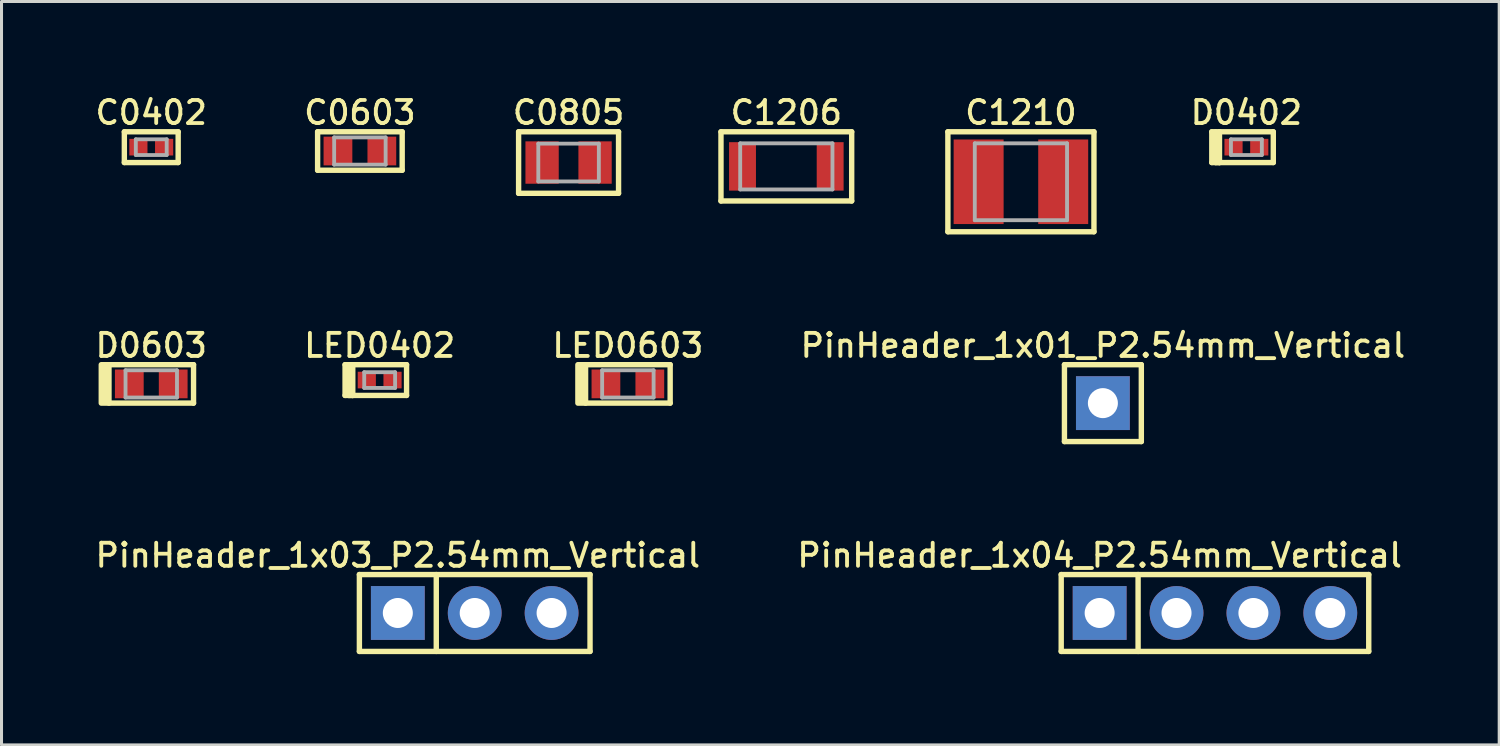
<source format=kicad_pcb>
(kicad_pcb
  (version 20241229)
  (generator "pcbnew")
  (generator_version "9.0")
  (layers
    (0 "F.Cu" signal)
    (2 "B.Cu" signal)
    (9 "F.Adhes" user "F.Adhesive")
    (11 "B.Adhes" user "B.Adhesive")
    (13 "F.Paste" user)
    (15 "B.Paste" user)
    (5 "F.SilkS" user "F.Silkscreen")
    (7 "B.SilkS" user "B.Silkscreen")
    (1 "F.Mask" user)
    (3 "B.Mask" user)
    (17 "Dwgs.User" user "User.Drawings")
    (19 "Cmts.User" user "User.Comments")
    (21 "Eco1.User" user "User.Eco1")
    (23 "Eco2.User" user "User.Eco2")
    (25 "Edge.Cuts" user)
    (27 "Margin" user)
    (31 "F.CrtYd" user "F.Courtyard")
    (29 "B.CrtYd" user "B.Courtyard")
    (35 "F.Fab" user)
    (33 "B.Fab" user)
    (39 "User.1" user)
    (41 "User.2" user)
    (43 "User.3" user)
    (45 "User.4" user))
  (footprint "C0805"
    (layer "F.Cu")
    (at 15.734 2.32)
    (property "Reference" "C0805" (at 0 -1.651 0) (layer "F.SilkS") (effects (font (size 0.762 0.762) (thickness 0.127))))
    (attr smd)
    (fp_line (start -1.651 -1.016) (end 1.651 -1.016) (stroke (width 0.178) (type solid)) (layer "F.SilkS"))
    (fp_line (start -1.651 1.016) (end -1.651 -1.016) (stroke (width 0.178) (type solid)) (layer "F.SilkS"))
    (fp_line (start 1.651 -1.016) (end 1.651 1.016) (stroke (width 0.178) (type solid)) (layer "F.SilkS"))
    (fp_line (start 1.651 1.016) (end -1.651 1.016) (stroke (width 0.178) (type solid)) (layer "F.SilkS"))
    (fp_line (start -1 -0.625) (end -1 0.625) (stroke (width 0.127) (type solid)) (layer "F.Fab"))
    (fp_line (start -1 -0.625) (end 1 -0.625) (stroke (width 0.127) (type solid)) (layer "F.Fab"))
    (fp_line (start -1 0.625) (end 1 0.625) (stroke (width 0.127) (type solid)) (layer "F.Fab"))
    (fp_line (start 1 -0.625) (end 1 0.625) (stroke (width 0.127) (type solid)) (layer "F.Fab"))
    (pad "1" smd rect (at -0.875 0) (size 1.1 1.4) (layers "F.Cu" "F.Mask" "F.Paste"))
    (pad "2" smd rect (at 0.875 0) (size 1.1 1.4) (layers "F.Cu" "F.Mask" "F.Paste")))
  (footprint "C1206"
    (layer "F.Cu")
    (at 22.928 2.447)
    (property "Reference" "C1206" (at 0 -1.778 0) (layer "F.SilkS") (effects (font (size 0.762 0.762) (thickness 0.127))))
    (attr smd)
    (fp_line (start -2.159 -1.143) (end 2.159 -1.143) (stroke (width 0.178) (type solid)) (layer "F.SilkS"))
    (fp_line (start -2.159 1.143) (end -2.159 -1.143) (stroke (width 0.178) (type solid)) (layer "F.SilkS"))
    (fp_line (start 2.159 -1.143) (end 2.159 1.143) (stroke (width 0.178) (type solid)) (layer "F.SilkS"))
    (fp_line (start 2.159 1.143) (end -2.159 1.143) (stroke (width 0.178) (type solid)) (layer "F.SilkS"))
    (fp_line (start -1.524 -0.762) (end -1.524 0.762) (stroke (width 0.127) (type solid)) (layer "F.Fab"))
    (fp_line (start -1.524 -0.762) (end 1.524 -0.762) (stroke (width 0.127) (type solid)) (layer "F.Fab"))
    (fp_line (start 1.524 0.762) (end -1.524 0.762) (stroke (width 0.127) (type solid)) (layer "F.Fab"))
    (fp_line (start 1.524 0.762) (end 1.524 -0.762) (stroke (width 0.127) (type solid)) (layer "F.Fab"))
    (pad "1" smd rect (at -1.448 0) (size 0.889 1.6) (layers "F.Cu" "F.Mask" "F.Paste"))
    (pad "2" smd rect (at 1.448 0 180) (size 0.889 1.6) (layers "F.Cu" "F.Mask" "F.Paste")))
  (footprint "D0603"
    (layer "F.Cu")
    (at 1.947 9.633)
    (property "Reference" "D0603" (at 0 -1.27 0) (layer "F.SilkS") (effects (font (size 0.762 0.762) (thickness 0.127))))
    (attr smd)
    (fp_line (start -1.397 -0.635) (end 1.397 -0.635) (stroke (width 0.178) (type solid)) (layer "F.SilkS"))
    (fp_line (start 1.397 -0.635) (end 1.397 0.635) (stroke (width 0.178) (type solid)) (layer "F.SilkS"))
    (fp_line (start 1.397 0.635) (end -1.397 0.635) (stroke (width 0.178) (type solid)) (layer "F.SilkS"))
    (fp_poly (pts (xy -1.397 0.635) (xy -1.397 -0.635) (xy -1.651 -0.635) (xy -1.651 0.635)) (stroke (width 0.178) (type solid)) (fill yes) (layer "F.SilkS"))
    (fp_line (start -0.85 -0.45) (end -0.85 0.45) (stroke (width 0.127) (type solid)) (layer "F.Fab"))
    (fp_line (start -0.85 -0.45) (end 0.85 -0.45) (stroke (width 0.127) (type solid)) (layer "F.Fab"))
    (fp_line (start -0.85 0.45) (end 0.85 0.45) (stroke (width 0.127) (type solid)) (layer "F.Fab"))
    (fp_line (start 0.85 -0.45) (end 0.85 0.45) (stroke (width 0.127) (type solid)) (layer "F.Fab"))
    (pad "A" smd rect (at 0.725 0) (size 0.95 0.95) (layers "F.Cu" "F.Mask" "F.Paste"))
    (pad "K" smd rect (at -0.725 0) (size 0.95 0.95) (layers "F.Cu" "F.Mask" "F.Paste")))
  (footprint "PinHeader_1x01_P2.54mm_Vertical"
    (layer "F.Cu")
    (at 33.386 10.268)
    (property "Reference" "PinHeader_1x01_P2.54mm_Vertical" (at 0 -1.905 0) (layer "F.SilkS") (effects (font (size 0.762 0.762) (thickness 0.127))))
    (attr through_hole)
    (fp_line (start -1.27 -1.27) (end 1.27 -1.27) (stroke (width 0.178) (type solid)) (layer "F.SilkS"))
    (fp_line (start -1.27 1.27) (end -1.27 -1.27) (stroke (width 0.178) (type solid)) (layer "F.SilkS"))
    (fp_line (start 1.27 -1.27) (end 1.27 1.27) (stroke (width 0.178) (type solid)) (layer "F.SilkS"))
    (fp_line (start 1.27 1.27) (end -1.27 1.27) (stroke (width 0.178) (type solid)) (layer "F.SilkS"))
    (pad "1" thru_hole rect (at 0 0) (size 1.778 1.778) (drill 0.991) (layers "*.Cu" "*.Mask")))
  (footprint "C1210"
    (layer "F.Cu")
    (at 30.678 2.955)
    (property "Reference" "C1210" (at 0 -2.286 0) (layer "F.SilkS") (effects (font (size 0.762 0.762) (thickness 0.127))))
    (attr smd)
    (fp_line (start -2.413 -1.651) (end 2.413 -1.651) (stroke (width 0.178) (type solid)) (layer "F.SilkS"))
    (fp_line (start -2.413 1.651) (end -2.413 -1.651) (stroke (width 0.178) (type solid)) (layer "F.SilkS"))
    (fp_line (start 2.413 -1.651) (end 2.413 1.651) (stroke (width 0.178) (type solid)) (layer "F.SilkS"))
    (fp_line (start 2.413 1.651) (end -2.413 1.651) (stroke (width 0.178) (type solid)) (layer "F.SilkS"))
    (fp_line (start -1.524 -1.27) (end -1.524 1.27) (stroke (width 0.127) (type solid)) (layer "F.Fab"))
    (fp_line (start -1.524 -1.27) (end 1.524 -1.27) (stroke (width 0.127) (type solid)) (layer "F.Fab"))
    (fp_line (start 1.524 1.27) (end -1.524 1.27) (stroke (width 0.127) (type solid)) (layer "F.Fab"))
    (fp_line (start 1.524 1.27) (end 1.524 -1.27) (stroke (width 0.127) (type solid)) (layer "F.Fab"))
    (pad "1" smd rect (at -1.397 0) (size 1.651 2.794) (layers "F.Cu" "F.Mask" "F.Paste"))
    (pad "2" smd rect (at 1.397 0 180) (size 1.651 2.794) (layers "F.Cu" "F.Mask" "F.Paste")))
  (footprint "PinHeader_1x04_P2.54mm_Vertical"
    (layer "F.Cu")
    (at 33.279 17.201)
    (property "Reference" "PinHeader_1x04_P2.54mm_Vertical" (at 0 -1.905 0) (layer "F.SilkS") (effects (font (size 0.762 0.762) (thickness 0.127))))
    (attr through_hole)
    (fp_line (start -1.27 -1.27) (end 8.89 -1.27) (stroke (width 0.178) (type solid)) (layer "F.SilkS"))
    (fp_line (start -1.27 1.27) (end -1.27 -1.27) (stroke (width 0.178) (type solid)) (layer "F.SilkS"))
    (fp_line (start 1.27 -1.27) (end 1.27 1.27) (stroke (width 0.178) (type solid)) (layer "F.SilkS"))
    (fp_line (start 8.89 -1.27) (end 8.89 1.27) (stroke (width 0.178) (type solid)) (layer "F.SilkS"))
    (fp_line (start 8.89 1.27) (end -1.27 1.27) (stroke (width 0.178) (type solid)) (layer "F.SilkS"))
    (pad "1" thru_hole rect (at 0 0) (size 1.778 1.778) (drill 0.991) (layers "*.Cu" "*.Mask"))
    (pad "2" thru_hole circle (at 2.54 0) (size 1.778 1.778) (drill 0.991) (layers "*.Cu" "*.Mask"))
    (pad "3" thru_hole circle (at 5.08 0) (size 1.778 1.778) (drill 0.991) (layers "*.Cu" "*.Mask"))
    (pad "4" thru_hole circle (at 7.62 0) (size 1.778 1.778) (drill 0.991) (layers "*.Cu" "*.Mask")))
  (footprint "LED0603"
    (layer "F.Cu")
    (at 17.693 9.633)
    (property "Reference" "LED0603" (at 0 -1.27 0) (layer "F.SilkS") (effects (font (size 0.762 0.762) (thickness 0.127))))
    (attr smd)
    (fp_line (start -1.397 -0.635) (end 1.397 -0.635) (stroke (width 0.178) (type solid)) (layer "F.SilkS"))
    (fp_line (start 1.397 -0.635) (end 1.397 0.635) (stroke (width 0.178) (type solid)) (layer "F.SilkS"))
    (fp_line (start 1.397 0.635) (end -1.397 0.635) (stroke (width 0.178) (type solid)) (layer "F.SilkS"))
    (fp_poly (pts (xy -1.397 0.635) (xy -1.397 -0.635) (xy -1.651 -0.635) (xy -1.651 0.635)) (stroke (width 0.178) (type solid)) (fill yes) (layer "F.SilkS"))
    (fp_line (start -0.85 -0.45) (end -0.85 0.45) (stroke (width 0.127) (type solid)) (layer "F.Fab"))
    (fp_line (start -0.85 -0.45) (end 0.85 -0.45) (stroke (width 0.127) (type solid)) (layer "F.Fab"))
    (fp_line (start -0.85 0.45) (end 0.85 0.45) (stroke (width 0.127) (type solid)) (layer "F.Fab"))
    (fp_line (start 0.85 -0.45) (end 0.85 0.45) (stroke (width 0.127) (type solid)) (layer "F.Fab"))
    (pad "A" smd rect (at 0.725 0) (size 0.95 0.95) (layers "F.Cu" "F.Mask" "F.Paste"))
    (pad "K" smd rect (at -0.725 0) (size 0.95 0.95) (layers "F.Cu" "F.Mask" "F.Paste")))
  (footprint "C0603"
    (layer "F.Cu")
    (at 8.84 1.939)
    (property "Reference" "C0603" (at 0 -1.27 0) (layer "F.SilkS") (effects (font (size 0.762 0.762) (thickness 0.127))))
    (attr smd)
    (fp_line (start -1.397 -0.635) (end 1.397 -0.635) (stroke (width 0.178) (type solid)) (layer "F.SilkS"))
    (fp_line (start -1.397 0.635) (end -1.397 -0.635) (stroke (width 0.178) (type solid)) (layer "F.SilkS"))
    (fp_line (start 1.397 -0.635) (end 1.397 0.635) (stroke (width 0.178) (type solid)) (layer "F.SilkS"))
    (fp_line (start 1.397 0.635) (end -1.397 0.635) (stroke (width 0.178) (type solid)) (layer "F.SilkS"))
    (fp_line (start -0.85 -0.45) (end -0.85 0.45) (stroke (width 0.127) (type solid)) (layer "F.Fab"))
    (fp_line (start -0.85 -0.45) (end 0.85 -0.45) (stroke (width 0.127) (type solid)) (layer "F.Fab"))
    (fp_line (start -0.85 0.45) (end 0.85 0.45) (stroke (width 0.127) (type solid)) (layer "F.Fab"))
    (fp_line (start 0.85 -0.45) (end 0.85 0.45) (stroke (width 0.127) (type solid)) (layer "F.Fab"))
    (pad "1" smd rect (at -0.725 0) (size 0.95 0.95) (layers "F.Cu" "F.Mask" "F.Paste"))
    (pad "2" smd rect (at 0.725 0) (size 0.95 0.95) (layers "F.Cu" "F.Mask" "F.Paste")))
  (footprint "C0402"
    (layer "F.Cu")
    (at 1.947 1.812)
    (property "Reference" "C0402" (at 0 -1.143 0) (layer "F.SilkS") (effects (font (size 0.762 0.762) (thickness 0.127))))
    (attr smd)
    (fp_line (start -0.889 -0.508) (end 0.889 -0.508) (stroke (width 0.178) (type solid)) (layer "F.SilkS"))
    (fp_line (start -0.889 0.508) (end -0.889 -0.508) (stroke (width 0.178) (type solid)) (layer "F.SilkS"))
    (fp_line (start 0.889 -0.508) (end 0.889 0.508) (stroke (width 0.178) (type solid)) (layer "F.SilkS"))
    (fp_line (start 0.889 0.508) (end -0.889 0.508) (stroke (width 0.178) (type solid)) (layer "F.SilkS"))
    (fp_line (start -0.51 -0.26) (end -0.51 0.26) (stroke (width 0.127) (type solid)) (layer "F.Fab"))
    (fp_line (start -0.51 -0.26) (end 0.51 -0.26) (stroke (width 0.127) (type solid)) (layer "F.Fab"))
    (fp_line (start -0.51 0.26) (end 0.51 0.26) (stroke (width 0.127) (type solid)) (layer "F.Fab"))
    (fp_line (start 0.51 -0.26) (end 0.51 0.26) (stroke (width 0.127) (type solid)) (layer "F.Fab"))
    (pad "1" smd rect (at -0.425 0) (size 0.6 0.55) (layers "F.Cu" "F.Mask" "F.Paste"))
    (pad "2" smd rect (at 0.425 0) (size 0.6 0.55) (layers "F.Cu" "F.Mask" "F.Paste")))
  (footprint "LED0402"
    (layer "F.Cu")
    (at 9.493 9.506)
    (property "Reference" "LED0402" (at 0 -1.143 0) (layer "F.SilkS") (effects (font (size 0.762 0.762) (thickness 0.127))))
    (attr smd)
    (fp_line (start -1.143 -0.508) (end -1.143 0.508) (stroke (width 0.178) (type solid)) (layer "F.SilkS"))
    (fp_line (start -1.143 0.508) (end -0.889 0.508) (stroke (width 0.178) (type solid)) (layer "F.SilkS"))
    (fp_line (start -1.016 0.508) (end -1.016 -0.508) (stroke (width 0.178) (type solid)) (layer "F.SilkS"))
    (fp_line (start -0.889 -0.508) (end -1.143 -0.508) (stroke (width 0.178) (type solid)) (layer "F.SilkS"))
    (fp_line (start -0.889 -0.508) (end 0.889 -0.508) (stroke (width 0.178) (type solid)) (layer "F.SilkS"))
    (fp_line (start -0.889 0.508) (end -1.016 0.508) (stroke (width 0.178) (type solid)) (layer "F.SilkS"))
    (fp_line (start -0.889 0.508) (end -0.889 -0.508) (stroke (width 0.178) (type solid)) (layer "F.SilkS"))
    (fp_line (start 0.889 -0.508) (end 0.889 0.508) (stroke (width 0.178) (type solid)) (layer "F.SilkS"))
    (fp_line (start 0.889 0.508) (end -0.889 0.508) (stroke (width 0.178) (type solid)) (layer "F.SilkS"))
    (fp_line (start -0.51 -0.26) (end -0.51 0.26) (stroke (width 0.127) (type solid)) (layer "F.Fab"))
    (fp_line (start -0.51 -0.26) (end 0.51 -0.26) (stroke (width 0.127) (type solid)) (layer "F.Fab"))
    (fp_line (start -0.51 0.26) (end 0.51 0.26) (stroke (width 0.127) (type solid)) (layer "F.Fab"))
    (fp_line (start 0.51 -0.26) (end 0.51 0.26) (stroke (width 0.127) (type solid)) (layer "F.Fab"))
    (pad "A" smd rect (at 0.425 0) (size 0.6 0.55) (layers "F.Cu" "F.Mask" "F.Paste"))
    (pad "K" smd rect (at -0.425 0) (size 0.6 0.55) (layers "F.Cu" "F.Mask" "F.Paste")))
  (footprint "D0402"
    (layer "F.Cu")
    (at 38.127 1.812)
    (property "Reference" "D0402" (at 0 -1.143 0) (layer "F.SilkS") (effects (font (size 0.762 0.762) (thickness 0.127))))
    (attr smd)
    (fp_line (start -1.143 -0.508) (end -1.143 0.508) (stroke (width 0.178) (type solid)) (layer "F.SilkS"))
    (fp_line (start -1.143 0.508) (end -0.889 0.508) (stroke (width 0.178) (type solid)) (layer "F.SilkS"))
    (fp_line (start -1.016 0.508) (end -1.016 -0.508) (stroke (width 0.178) (type solid)) (layer "F.SilkS"))
    (fp_line (start -0.889 -0.508) (end -1.143 -0.508) (stroke (width 0.178) (type solid)) (layer "F.SilkS"))
    (fp_line (start -0.889 -0.508) (end 0.889 -0.508) (stroke (width 0.178) (type solid)) (layer "F.SilkS"))
    (fp_line (start -0.889 0.508) (end -1.016 0.508) (stroke (width 0.178) (type solid)) (layer "F.SilkS"))
    (fp_line (start -0.889 0.508) (end -0.889 -0.508) (stroke (width 0.178) (type solid)) (layer "F.SilkS"))
    (fp_line (start 0.889 -0.508) (end 0.889 0.508) (stroke (width 0.178) (type solid)) (layer "F.SilkS"))
    (fp_line (start 0.889 0.508) (end -0.889 0.508) (stroke (width 0.178) (type solid)) (layer "F.SilkS"))
    (fp_line (start -0.51 -0.26) (end -0.51 0.26) (stroke (width 0.127) (type solid)) (layer "F.Fab"))
    (fp_line (start -0.51 -0.26) (end 0.51 -0.26) (stroke (width 0.127) (type solid)) (layer "F.Fab"))
    (fp_line (start -0.51 0.26) (end 0.51 0.26) (stroke (width 0.127) (type solid)) (layer "F.Fab"))
    (fp_line (start 0.51 -0.26) (end 0.51 0.26) (stroke (width 0.127) (type solid)) (layer "F.Fab"))
    (pad "A" smd rect (at 0.425 0) (size 0.6 0.55) (layers "F.Cu" "F.Mask" "F.Paste"))
    (pad "K" smd rect (at -0.425 0) (size 0.6 0.55) (layers "F.Cu" "F.Mask" "F.Paste")))
  (footprint "PinHeader_1x03_P2.54mm_Vertical"
    (layer "F.Cu")
    (at 10.093 17.201)
    (property "Reference" "PinHeader_1x03_P2.54mm_Vertical" (at 0 -1.905 0) (layer "F.SilkS") (effects (font (size 0.762 0.762) (thickness 0.127))))
    (attr through_hole)
    (fp_line (start -1.27 -1.27) (end 6.35 -1.27) (stroke (width 0.178) (type solid)) (layer "F.SilkS"))
    (fp_line (start -1.27 1.27) (end -1.27 -1.27) (stroke (width 0.178) (type solid)) (layer "F.SilkS"))
    (fp_line (start 1.27 -1.27) (end 1.27 1.27) (stroke (width 0.178) (type solid)) (layer "F.SilkS"))
    (fp_line (start 6.35 -1.27) (end 6.35 1.27) (stroke (width 0.178) (type solid)) (layer "F.SilkS"))
    (fp_line (start 6.35 1.27) (end -1.27 1.27) (stroke (width 0.178) (type solid)) (layer "F.SilkS"))
    (pad "1" thru_hole rect (at 0 0) (size 1.778 1.778) (drill 0.991) (layers "*.Cu" "*.Mask"))
    (pad "2" thru_hole circle (at 2.54 0) (size 1.778 1.778) (drill 0.991) (layers "*.Cu" "*.Mask"))
    (pad "3" thru_hole circle (at 5.08 0) (size 1.778 1.778) (drill 0.991) (layers "*.Cu" "*.Mask")))
  (gr_rect
    (start -3 -3)
    (end 46.479 21.56)
    (stroke (width 0.1) (type default))
    (fill no)
    (layer "Edge.Cuts")))
</source>
